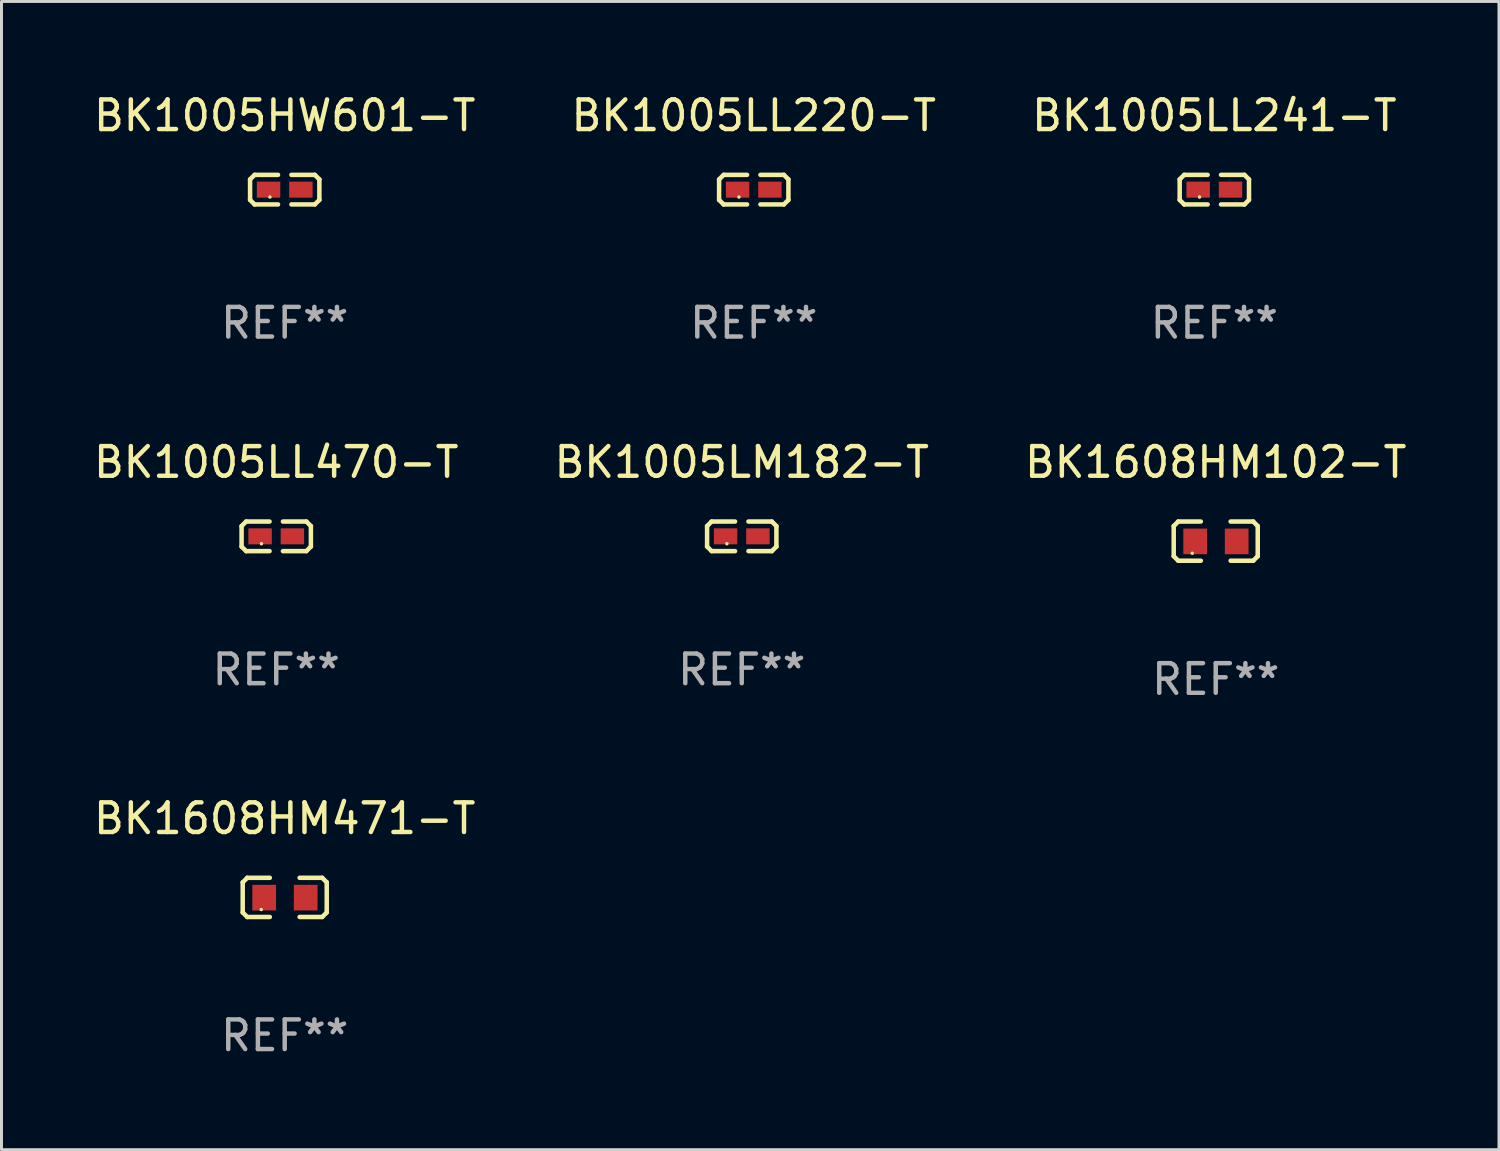
<source format=kicad_pcb>
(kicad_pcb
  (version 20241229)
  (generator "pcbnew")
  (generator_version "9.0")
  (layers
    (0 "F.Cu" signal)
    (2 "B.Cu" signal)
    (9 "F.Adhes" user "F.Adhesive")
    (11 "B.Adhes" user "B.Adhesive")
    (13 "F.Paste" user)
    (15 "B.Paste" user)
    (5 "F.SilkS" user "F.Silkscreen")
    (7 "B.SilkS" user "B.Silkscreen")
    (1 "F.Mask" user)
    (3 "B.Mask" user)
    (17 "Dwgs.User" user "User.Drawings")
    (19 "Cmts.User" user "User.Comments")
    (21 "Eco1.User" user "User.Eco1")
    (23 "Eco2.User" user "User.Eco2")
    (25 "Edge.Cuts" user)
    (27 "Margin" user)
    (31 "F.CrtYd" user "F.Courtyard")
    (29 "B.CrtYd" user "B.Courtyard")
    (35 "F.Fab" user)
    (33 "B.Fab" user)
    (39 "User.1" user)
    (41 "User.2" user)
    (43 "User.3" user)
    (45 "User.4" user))
  (footprint "BK1005LL470-T"
    (layer "F.Cu")
    (at 6.268 15.041)
    (property "Reference" "BK1005LL470-T" (at 0 -2.499 0) (layer "F.SilkS") (effects (font (size 1 1) (thickness 0.15))))
    (attr through_hole)
    (fp_line (start -1.169 -0.346) (end -1.016 -0.499) (stroke (width 0.152) (type solid)) (layer "F.SilkS"))
    (fp_line (start -1.169 0.346) (end -1.169 -0.346) (stroke (width 0.152) (type solid)) (layer "F.SilkS"))
    (fp_line (start -1.016 -0.499) (end -0.226 -0.499) (stroke (width 0.152) (type solid)) (layer "F.SilkS"))
    (fp_line (start -1.016 0.499) (end -1.169 0.346) (stroke (width 0.152) (type solid)) (layer "F.SilkS"))
    (fp_line (start -0.226 0.499) (end -1.016 0.499) (stroke (width 0.152) (type solid)) (layer "F.SilkS"))
    (fp_line (start 0.226 0.499) (end 1.016 0.499) (stroke (width 0.152) (type solid)) (layer "F.SilkS"))
    (fp_line (start 1.016 -0.499) (end 0.226 -0.499) (stroke (width 0.152) (type solid)) (layer "F.SilkS"))
    (fp_line (start 1.016 0.499) (end 1.169 0.346) (stroke (width 0.152) (type solid)) (layer "F.SilkS"))
    (fp_line (start 1.169 -0.346) (end 1.016 -0.499) (stroke (width 0.152) (type solid)) (layer "F.SilkS"))
    (fp_line (start 1.169 0.346) (end 1.169 -0.346) (stroke (width 0.152) (type solid)) (layer "F.SilkS"))
    (fp_circle (center -0.5 0.25) (end -0.47 0.25) (stroke (width 0.06) (type solid)) (fill no) (layer "F.SilkS"))
    (fp_text user "REF**" (at 0 4.499 0) (layer "F.Fab") (effects (font (size 1 1) (thickness 0.15))))
    (pad "1" smd rect (at -0.545 0) (size 0.79 0.54) (layers "F.Cu" "F.Mask" "F.Paste"))
    (pad "2" smd rect (at 0.545 0) (size 0.79 0.54) (layers "F.Cu" "F.Mask" "F.Paste")))
  (footprint "BK1005LM182-T"
    (layer "F.Cu")
    (at 21.97 15.041)
    (property "Reference" "BK1005LM182-T" (at 0 -2.499 0) (layer "F.SilkS") (effects (font (size 1 1) (thickness 0.15))))
    (attr through_hole)
    (fp_line (start -1.169 -0.346) (end -1.016 -0.499) (stroke (width 0.152) (type solid)) (layer "F.SilkS"))
    (fp_line (start -1.169 0.346) (end -1.169 -0.346) (stroke (width 0.152) (type solid)) (layer "F.SilkS"))
    (fp_line (start -1.016 -0.499) (end -0.226 -0.499) (stroke (width 0.152) (type solid)) (layer "F.SilkS"))
    (fp_line (start -1.016 0.499) (end -1.169 0.346) (stroke (width 0.152) (type solid)) (layer "F.SilkS"))
    (fp_line (start -0.226 0.499) (end -1.016 0.499) (stroke (width 0.152) (type solid)) (layer "F.SilkS"))
    (fp_line (start 0.226 0.499) (end 1.016 0.499) (stroke (width 0.152) (type solid)) (layer "F.SilkS"))
    (fp_line (start 1.016 -0.499) (end 0.226 -0.499) (stroke (width 0.152) (type solid)) (layer "F.SilkS"))
    (fp_line (start 1.016 0.499) (end 1.169 0.346) (stroke (width 0.152) (type solid)) (layer "F.SilkS"))
    (fp_line (start 1.169 -0.346) (end 1.016 -0.499) (stroke (width 0.152) (type solid)) (layer "F.SilkS"))
    (fp_line (start 1.169 0.346) (end 1.169 -0.346) (stroke (width 0.152) (type solid)) (layer "F.SilkS"))
    (fp_circle (center -0.5 0.25) (end -0.47 0.25) (stroke (width 0.06) (type solid)) (fill no) (layer "F.SilkS"))
    (fp_text user "REF**" (at 0 4.499 0) (layer "F.Fab") (effects (font (size 1 1) (thickness 0.15))))
    (pad "1" smd rect (at -0.545 0) (size 0.79 0.54) (layers "F.Cu" "F.Mask" "F.Paste"))
    (pad "2" smd rect (at 0.545 0) (size 0.79 0.54) (layers "F.Cu" "F.Mask" "F.Paste")))
  (footprint "BK1005HW601-T"
    (layer "F.Cu")
    (at 6.554 3.347)
    (property "Reference" "BK1005HW601-T" (at 0 -2.499 0) (layer "F.SilkS") (effects (font (size 1 1) (thickness 0.15))))
    (attr through_hole)
    (fp_line (start -1.169 -0.346) (end -1.016 -0.499) (stroke (width 0.152) (type solid)) (layer "F.SilkS"))
    (fp_line (start -1.169 0.346) (end -1.169 -0.346) (stroke (width 0.152) (type solid)) (layer "F.SilkS"))
    (fp_line (start -1.016 -0.499) (end -0.226 -0.499) (stroke (width 0.152) (type solid)) (layer "F.SilkS"))
    (fp_line (start -1.016 0.499) (end -1.169 0.346) (stroke (width 0.152) (type solid)) (layer "F.SilkS"))
    (fp_line (start -0.226 0.499) (end -1.016 0.499) (stroke (width 0.152) (type solid)) (layer "F.SilkS"))
    (fp_line (start 0.226 0.499) (end 1.016 0.499) (stroke (width 0.152) (type solid)) (layer "F.SilkS"))
    (fp_line (start 1.016 -0.499) (end 0.226 -0.499) (stroke (width 0.152) (type solid)) (layer "F.SilkS"))
    (fp_line (start 1.016 0.499) (end 1.169 0.346) (stroke (width 0.152) (type solid)) (layer "F.SilkS"))
    (fp_line (start 1.169 -0.346) (end 1.016 -0.499) (stroke (width 0.152) (type solid)) (layer "F.SilkS"))
    (fp_line (start 1.169 0.346) (end 1.169 -0.346) (stroke (width 0.152) (type solid)) (layer "F.SilkS"))
    (fp_circle (center -0.5 0.25) (end -0.47 0.25) (stroke (width 0.06) (type solid)) (fill no) (layer "F.SilkS"))
    (fp_text user "REF**" (at 0 4.499 0) (layer "F.Fab") (effects (font (size 1 1) (thickness 0.15))))
    (pad "1" smd rect (at -0.545 0) (size 0.79 0.54) (layers "F.Cu" "F.Mask" "F.Paste"))
    (pad "2" smd rect (at 0.545 0) (size 0.79 0.54) (layers "F.Cu" "F.Mask" "F.Paste")))
  (footprint "BK1608HM102-T"
    (layer "F.Cu")
    (at 37.958 15.203)
    (property "Reference" "BK1608HM102-T" (at 0 -2.661 0) (layer "F.SilkS") (effects (font (size 1 1) (thickness 0.15))))
    (attr through_hole)
    (fp_line (start -1.417 -0.508) (end -1.265 -0.661) (stroke (width 0.152) (type solid)) (layer "F.SilkS"))
    (fp_line (start -1.417 0.508) (end -1.417 -0.508) (stroke (width 0.152) (type solid)) (layer "F.SilkS"))
    (fp_line (start -1.265 -0.661) (end -0.503 -0.661) (stroke (width 0.152) (type solid)) (layer "F.SilkS"))
    (fp_line (start -1.265 0.661) (end -1.417 0.508) (stroke (width 0.152) (type solid)) (layer "F.SilkS"))
    (fp_line (start -1.265 0.661) (end -0.503 0.661) (stroke (width 0.152) (type solid)) (layer "F.SilkS"))
    (fp_line (start 1.265 -0.661) (end 0.503 -0.661) (stroke (width 0.152) (type solid)) (layer "F.SilkS"))
    (fp_line (start 1.265 -0.661) (end 1.417 -0.508) (stroke (width 0.152) (type solid)) (layer "F.SilkS"))
    (fp_line (start 1.265 0.661) (end 0.503 0.661) (stroke (width 0.152) (type solid)) (layer "F.SilkS"))
    (fp_line (start 1.417 -0.508) (end 1.417 0.508) (stroke (width 0.152) (type solid)) (layer "F.SilkS"))
    (fp_line (start 1.417 0.508) (end 1.265 0.661) (stroke (width 0.152) (type solid)) (layer "F.SilkS"))
    (fp_circle (center -0.793 0.409) (end -0.763 0.409) (stroke (width 0.06) (type solid)) (fill no) (layer "F.SilkS"))
    (fp_text user "REF**" (at 0 4.661 0) (layer "F.Fab") (effects (font (size 1 1) (thickness 0.15))))
    (pad "1" smd rect (at -0.693 0.009 180) (size 0.8 0.864) (layers "F.Cu" "F.Mask" "F.Paste"))
    (pad "2" smd rect (at 0.707 0.009 180) (size 0.8 0.864) (layers "F.Cu" "F.Mask" "F.Paste")))
  (footprint "BK1608HM471-T"
    (layer "F.Cu")
    (at 6.554 27.22)
    (property "Reference" "BK1608HM471-T" (at 0 -2.661 0) (layer "F.SilkS") (effects (font (size 1 1) (thickness 0.15))))
    (attr through_hole)
    (fp_line (start -1.417 -0.508) (end -1.265 -0.661) (stroke (width 0.152) (type solid)) (layer "F.SilkS"))
    (fp_line (start -1.417 0.508) (end -1.417 -0.508) (stroke (width 0.152) (type solid)) (layer "F.SilkS"))
    (fp_line (start -1.265 -0.661) (end -0.503 -0.661) (stroke (width 0.152) (type solid)) (layer "F.SilkS"))
    (fp_line (start -1.265 0.661) (end -1.417 0.508) (stroke (width 0.152) (type solid)) (layer "F.SilkS"))
    (fp_line (start -1.265 0.661) (end -0.503 0.661) (stroke (width 0.152) (type solid)) (layer "F.SilkS"))
    (fp_line (start 1.265 -0.661) (end 0.503 -0.661) (stroke (width 0.152) (type solid)) (layer "F.SilkS"))
    (fp_line (start 1.265 -0.661) (end 1.417 -0.508) (stroke (width 0.152) (type solid)) (layer "F.SilkS"))
    (fp_line (start 1.265 0.661) (end 0.503 0.661) (stroke (width 0.152) (type solid)) (layer "F.SilkS"))
    (fp_line (start 1.417 -0.508) (end 1.417 0.508) (stroke (width 0.152) (type solid)) (layer "F.SilkS"))
    (fp_line (start 1.417 0.508) (end 1.265 0.661) (stroke (width 0.152) (type solid)) (layer "F.SilkS"))
    (fp_circle (center -0.793 0.409) (end -0.763 0.409) (stroke (width 0.06) (type solid)) (fill no) (layer "F.SilkS"))
    (fp_text user "REF**" (at 0 4.661 0) (layer "F.Fab") (effects (font (size 1 1) (thickness 0.15))))
    (pad "1" smd rect (at -0.693 0.009 180) (size 0.8 0.864) (layers "F.Cu" "F.Mask" "F.Paste"))
    (pad "2" smd rect (at 0.707 0.009 180) (size 0.8 0.864) (layers "F.Cu" "F.Mask" "F.Paste")))
  (footprint "BK1005LL241-T"
    (layer "F.Cu")
    (at 37.911 3.347)
    (property "Reference" "BK1005LL241-T" (at 0 -2.499 0) (layer "F.SilkS") (effects (font (size 1 1) (thickness 0.15))))
    (attr through_hole)
    (fp_line (start -1.169 -0.346) (end -1.016 -0.499) (stroke (width 0.152) (type solid)) (layer "F.SilkS"))
    (fp_line (start -1.169 0.346) (end -1.169 -0.346) (stroke (width 0.152) (type solid)) (layer "F.SilkS"))
    (fp_line (start -1.016 -0.499) (end -0.226 -0.499) (stroke (width 0.152) (type solid)) (layer "F.SilkS"))
    (fp_line (start -1.016 0.499) (end -1.169 0.346) (stroke (width 0.152) (type solid)) (layer "F.SilkS"))
    (fp_line (start -0.226 0.499) (end -1.016 0.499) (stroke (width 0.152) (type solid)) (layer "F.SilkS"))
    (fp_line (start 0.226 0.499) (end 1.016 0.499) (stroke (width 0.152) (type solid)) (layer "F.SilkS"))
    (fp_line (start 1.016 -0.499) (end 0.226 -0.499) (stroke (width 0.152) (type solid)) (layer "F.SilkS"))
    (fp_line (start 1.016 0.499) (end 1.169 0.346) (stroke (width 0.152) (type solid)) (layer "F.SilkS"))
    (fp_line (start 1.169 -0.346) (end 1.016 -0.499) (stroke (width 0.152) (type solid)) (layer "F.SilkS"))
    (fp_line (start 1.169 0.346) (end 1.169 -0.346) (stroke (width 0.152) (type solid)) (layer "F.SilkS"))
    (fp_circle (center -0.5 0.25) (end -0.47 0.25) (stroke (width 0.06) (type solid)) (fill no) (layer "F.SilkS"))
    (fp_text user "REF**" (at 0 4.499 0) (layer "F.Fab") (effects (font (size 1 1) (thickness 0.15))))
    (pad "1" smd rect (at -0.545 0) (size 0.79 0.54) (layers "F.Cu" "F.Mask" "F.Paste"))
    (pad "2" smd rect (at 0.545 0) (size 0.79 0.54) (layers "F.Cu" "F.Mask" "F.Paste")))
  (footprint "BK1005LL220-T"
    (layer "F.Cu")
    (at 22.375 3.347)
    (property "Reference" "BK1005LL220-T" (at 0 -2.499 0) (layer "F.SilkS") (effects (font (size 1 1) (thickness 0.15))))
    (attr through_hole)
    (fp_line (start -1.169 -0.346) (end -1.016 -0.499) (stroke (width 0.152) (type solid)) (layer "F.SilkS"))
    (fp_line (start -1.169 0.346) (end -1.169 -0.346) (stroke (width 0.152) (type solid)) (layer "F.SilkS"))
    (fp_line (start -1.016 -0.499) (end -0.226 -0.499) (stroke (width 0.152) (type solid)) (layer "F.SilkS"))
    (fp_line (start -1.016 0.499) (end -1.169 0.346) (stroke (width 0.152) (type solid)) (layer "F.SilkS"))
    (fp_line (start -0.226 0.499) (end -1.016 0.499) (stroke (width 0.152) (type solid)) (layer "F.SilkS"))
    (fp_line (start 0.226 0.499) (end 1.016 0.499) (stroke (width 0.152) (type solid)) (layer "F.SilkS"))
    (fp_line (start 1.016 -0.499) (end 0.226 -0.499) (stroke (width 0.152) (type solid)) (layer "F.SilkS"))
    (fp_line (start 1.016 0.499) (end 1.169 0.346) (stroke (width 0.152) (type solid)) (layer "F.SilkS"))
    (fp_line (start 1.169 -0.346) (end 1.016 -0.499) (stroke (width 0.152) (type solid)) (layer "F.SilkS"))
    (fp_line (start 1.169 0.346) (end 1.169 -0.346) (stroke (width 0.152) (type solid)) (layer "F.SilkS"))
    (fp_circle (center -0.5 0.25) (end -0.47 0.25) (stroke (width 0.06) (type solid)) (fill no) (layer "F.SilkS"))
    (fp_text user "REF**" (at 0 4.499 0) (layer "F.Fab") (effects (font (size 1 1) (thickness 0.15))))
    (pad "1" smd rect (at -0.545 0) (size 0.79 0.54) (layers "F.Cu" "F.Mask" "F.Paste"))
    (pad "2" smd rect (at 0.545 0) (size 0.79 0.54) (layers "F.Cu" "F.Mask" "F.Paste")))
  (gr_rect
    (start -3 -3)
    (end 47.512 35.729)
    (stroke (width 0.1) (type default))
    (fill no)
    (layer "Edge.Cuts")))
</source>
